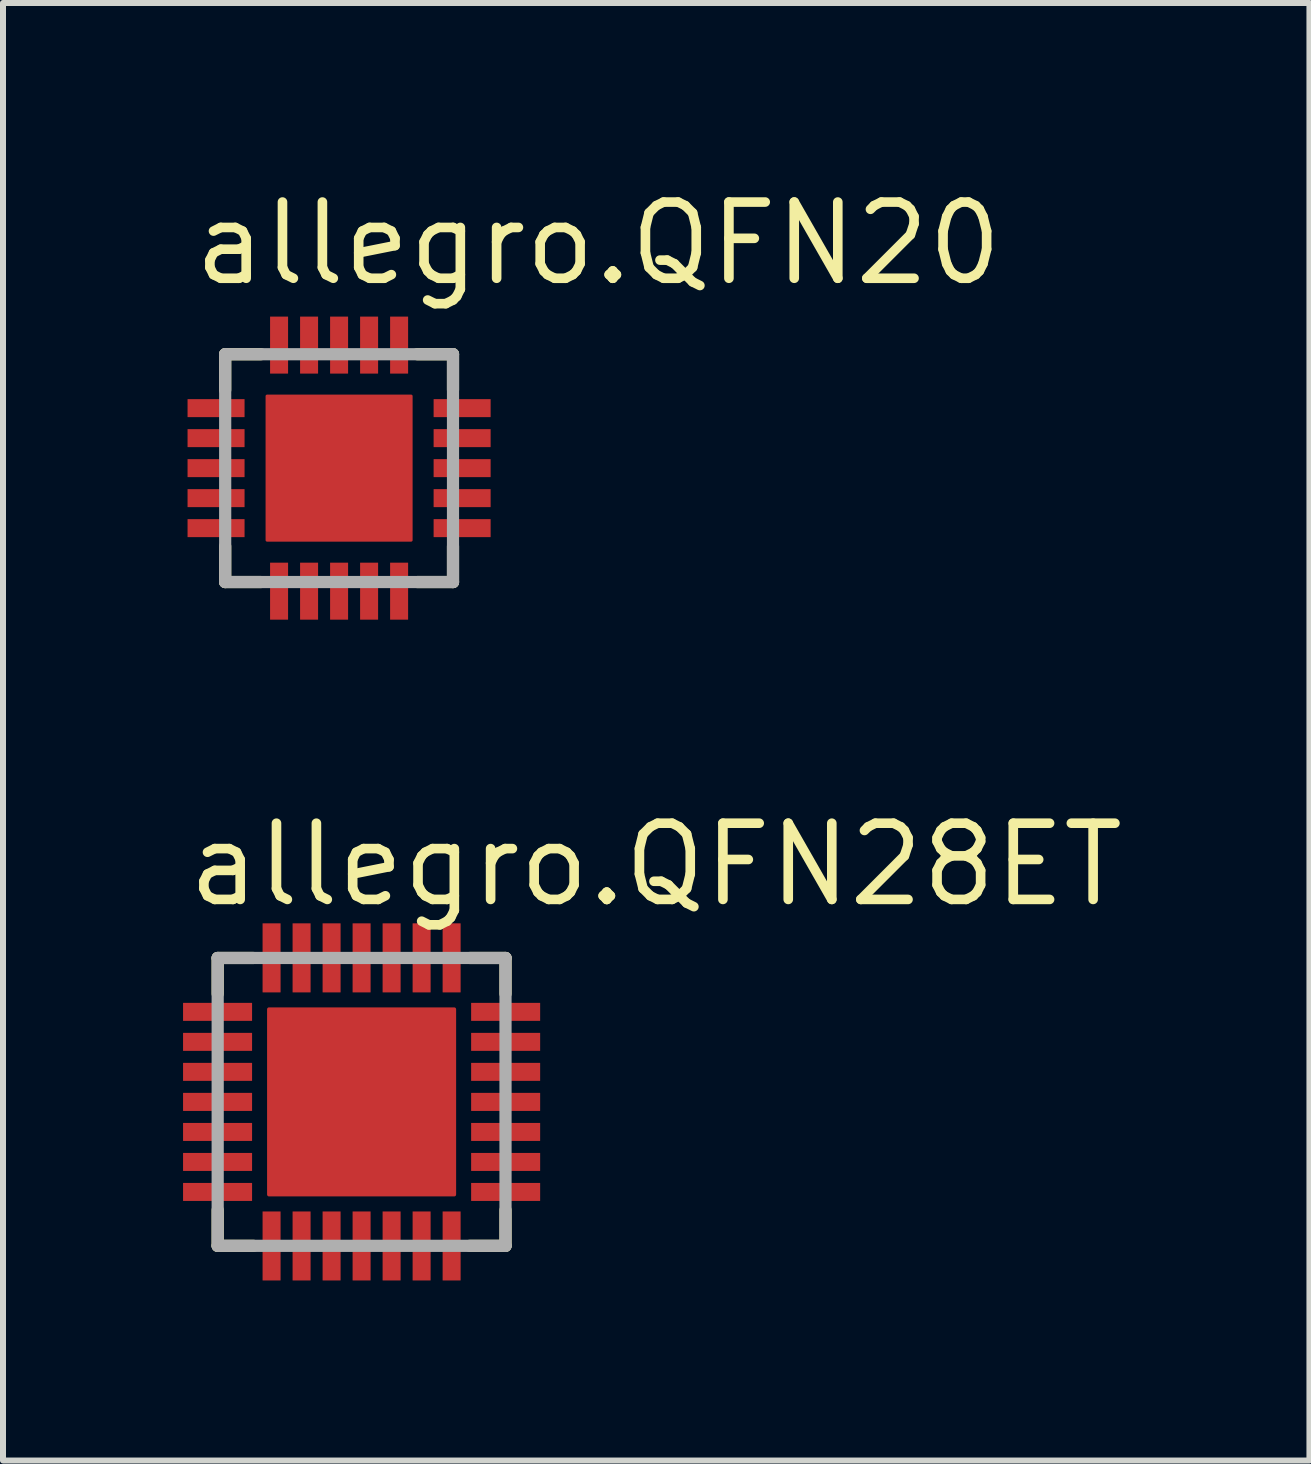
<source format=kicad_pcb>
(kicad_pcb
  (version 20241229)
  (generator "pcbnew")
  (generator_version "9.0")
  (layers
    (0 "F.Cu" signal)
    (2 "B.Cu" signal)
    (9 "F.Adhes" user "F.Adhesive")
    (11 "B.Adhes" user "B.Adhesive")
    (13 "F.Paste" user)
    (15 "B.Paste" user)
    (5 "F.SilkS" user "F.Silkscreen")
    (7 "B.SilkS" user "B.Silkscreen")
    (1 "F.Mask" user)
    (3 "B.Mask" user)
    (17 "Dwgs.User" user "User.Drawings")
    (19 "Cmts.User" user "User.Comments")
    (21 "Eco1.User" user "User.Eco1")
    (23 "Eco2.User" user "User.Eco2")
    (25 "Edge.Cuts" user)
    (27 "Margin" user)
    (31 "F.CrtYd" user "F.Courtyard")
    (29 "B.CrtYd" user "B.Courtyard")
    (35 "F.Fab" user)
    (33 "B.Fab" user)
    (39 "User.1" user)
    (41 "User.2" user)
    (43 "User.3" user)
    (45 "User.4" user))
  (footprint "allegro.QFN28ET"
    (layer "F.Cu")
    (at 2.975 15.31)
    (property "Reference" "allegro.QFN28ET" (at -2.975 -3.21 0) (layer "F.SilkS") (effects (font (size 1.27 1.27) (thickness 0.16)) (justify left bottom)))
    (attr smd)
    (fp_poly (pts (xy -1.5 -1.25) (xy -1.25 -1.5) (xy 1.5 -1.5) (xy 1.5 1.5) (xy -1.5 1.5)) (stroke (width 0.15) (type default)) (fill yes) (layer "F.Mask"))
    (fp_line (start -2.398 -2.398) (end -2.398 -1.802) (stroke (width 0.203) (type default)) (layer "F.SilkS"))
    (fp_line (start -2.398 1.802) (end -2.398 2.398) (stroke (width 0.203) (type default)) (layer "F.SilkS"))
    (fp_line (start -2.398 2.398) (end -1.802 2.398) (stroke (width 0.203) (type default)) (layer "F.SilkS"))
    (fp_line (start -1.802 -2.398) (end -2.398 -2.398) (stroke (width 0.203) (type default)) (layer "F.SilkS"))
    (fp_line (start 1.802 2.398) (end 2.398 2.398) (stroke (width 0.203) (type default)) (layer "F.SilkS"))
    (fp_line (start 2.398 -2.398) (end 1.802 -2.398) (stroke (width 0.203) (type default)) (layer "F.SilkS"))
    (fp_line (start 2.398 -1.802) (end 2.398 -2.398) (stroke (width 0.203) (type default)) (layer "F.SilkS"))
    (fp_line (start 2.398 2.398) (end 2.398 1.802) (stroke (width 0.203) (type default)) (layer "F.SilkS"))
    (fp_poly (pts (xy -1.4 -1.2) (xy -1.2 -1.4) (xy 1.4 -1.4) (xy 1.4 1.4) (xy -1.4 1.4)) (stroke (width 0.15) (type default)) (fill yes) (layer "F.Paste"))
    (fp_line (start -2.398 -2.398) (end -2.398 2.398) (stroke (width 0.203) (type default)) (layer "F.Fab"))
    (fp_line (start -2.398 2.398) (end 2.398 2.398) (stroke (width 0.203) (type default)) (layer "F.Fab"))
    (fp_line (start 2.398 -2.398) (end -2.398 -2.398) (stroke (width 0.203) (type default)) (layer "F.Fab"))
    (fp_line (start 2.398 2.398) (end 2.398 -2.398) (stroke (width 0.203) (type default)) (layer "F.Fab"))
    (pad "1" smd roundrect (at -2.4 -1.5) (size 1.15 0.3) (layers "F.Cu" "F.Mask" "F.Paste") (roundrect_rratio 0.01))
    (pad "2" smd roundrect (at -2.4 -1) (size 1.15 0.3) (layers "F.Cu" "F.Mask" "F.Paste") (roundrect_rratio 0.01))
    (pad "3" smd roundrect (at -2.4 -0.5) (size 1.15 0.3) (layers "F.Cu" "F.Mask" "F.Paste") (roundrect_rratio 0.01))
    (pad "4" smd roundrect (at -2.4 0) (size 1.15 0.3) (layers "F.Cu" "F.Mask" "F.Paste") (roundrect_rratio 0.01))
    (pad "5" smd roundrect (at -2.4 0.5) (size 1.15 0.3) (layers "F.Cu" "F.Mask" "F.Paste") (roundrect_rratio 0.01))
    (pad "6" smd roundrect (at -2.4 1) (size 1.15 0.3) (layers "F.Cu" "F.Mask" "F.Paste") (roundrect_rratio 0.01))
    (pad "7" smd roundrect (at -2.4 1.5) (size 1.15 0.3) (layers "F.Cu" "F.Mask" "F.Paste") (roundrect_rratio 0.01))
    (pad "8" smd roundrect (at -1.5 2.4) (size 0.3 1.15) (layers "F.Cu" "F.Mask" "F.Paste") (roundrect_rratio 0.01))
    (pad "9" smd roundrect (at -1 2.4) (size 0.3 1.15) (layers "F.Cu" "F.Mask" "F.Paste") (roundrect_rratio 0.01))
    (pad "10" smd roundrect (at -0.5 2.4) (size 0.3 1.15) (layers "F.Cu" "F.Mask" "F.Paste") (roundrect_rratio 0.01))
    (pad "11" smd roundrect (at 0 2.4) (size 0.3 1.15) (layers "F.Cu" "F.Mask" "F.Paste") (roundrect_rratio 0.01))
    (pad "12" smd roundrect (at 0.5 2.4) (size 0.3 1.15) (layers "F.Cu" "F.Mask" "F.Paste") (roundrect_rratio 0.01))
    (pad "13" smd roundrect (at 1 2.4) (size 0.3 1.15) (layers "F.Cu" "F.Mask" "F.Paste") (roundrect_rratio 0.01))
    (pad "14" smd roundrect (at 1.5 2.4) (size 0.3 1.15) (layers "F.Cu" "F.Mask" "F.Paste") (roundrect_rratio 0.01))
    (pad "15" smd roundrect (at 2.4 1.5) (size 1.15 0.3) (layers "F.Cu" "F.Mask" "F.Paste") (roundrect_rratio 0.01))
    (pad "16" smd roundrect (at 2.4 1) (size 1.15 0.3) (layers "F.Cu" "F.Mask" "F.Paste") (roundrect_rratio 0.01))
    (pad "17" smd roundrect (at 2.4 0.5) (size 1.15 0.3) (layers "F.Cu" "F.Mask" "F.Paste") (roundrect_rratio 0.01))
    (pad "18" smd roundrect (at 2.4 0) (size 1.15 0.3) (layers "F.Cu" "F.Mask" "F.Paste") (roundrect_rratio 0.01))
    (pad "19" smd roundrect (at 2.4 -0.5) (size 1.15 0.3) (layers "F.Cu" "F.Mask" "F.Paste") (roundrect_rratio 0.01))
    (pad "20" smd roundrect (at 2.4 -1) (size 1.15 0.3) (layers "F.Cu" "F.Mask" "F.Paste") (roundrect_rratio 0.01))
    (pad "21" smd roundrect (at 2.4 -1.5) (size 1.15 0.3) (layers "F.Cu" "F.Mask" "F.Paste") (roundrect_rratio 0.01))
    (pad "22" smd roundrect (at 1.5 -2.4) (size 0.3 1.15) (layers "F.Cu" "F.Mask" "F.Paste") (roundrect_rratio 0.01))
    (pad "23" smd roundrect (at 1 -2.4) (size 0.3 1.15) (layers "F.Cu" "F.Mask" "F.Paste") (roundrect_rratio 0.01))
    (pad "24" smd roundrect (at 0.5 -2.4) (size 0.3 1.15) (layers "F.Cu" "F.Mask" "F.Paste") (roundrect_rratio 0.01))
    (pad "25" smd roundrect (at 0 -2.4) (size 0.3 1.15) (layers "F.Cu" "F.Mask" "F.Paste") (roundrect_rratio 0.01))
    (pad "26" smd roundrect (at -0.5 -2.4) (size 0.3 1.15) (layers "F.Cu" "F.Mask" "F.Paste") (roundrect_rratio 0.01))
    (pad "27" smd roundrect (at -1 -2.4) (size 0.3 1.15) (layers "F.Cu" "F.Mask" "F.Paste") (roundrect_rratio 0.01))
    (pad "28" smd roundrect (at -1.5 -2.4) (size 0.3 1.15) (layers "F.Cu" "F.Mask" "F.Paste") (roundrect_rratio 0.01))
    (pad "EXP" smd roundrect (at 0 0) (size 3.15 3.15) (layers "F.Cu" "F.Mask" "F.Paste") (roundrect_rratio 0.01)))
  (footprint "allegro.QFN20"
    (layer "F.Cu")
    (at 2.6 4.75)
    (property "Reference" "allegro.QFN20" (at -2.5 -3 0) (layer "F.SilkS") (effects (font (size 1.27 1.27) (thickness 0.16)) (justify left bottom)))
    (attr smd)
    (fp_rect (start -2.575 -0.825) (end -1.525 -1.175) (stroke (width 0.05) (type default)) (fill yes) (layer "F.Mask"))
    (fp_rect (start -2.575 -0.325) (end -1.525 -0.675) (stroke (width 0.05) (type default)) (fill yes) (layer "F.Mask"))
    (fp_rect (start -2.575 0.175) (end -1.525 -0.175) (stroke (width 0.05) (type default)) (fill yes) (layer "F.Mask"))
    (fp_rect (start -2.575 0.675) (end -1.525 0.325) (stroke (width 0.05) (type default)) (fill yes) (layer "F.Mask"))
    (fp_rect (start -2.575 1.175) (end -1.525 0.825) (stroke (width 0.05) (type default)) (fill yes) (layer "F.Mask"))
    (fp_rect (start -1.175 -1.525) (end -0.825 -2.575) (stroke (width 0.05) (type default)) (fill yes) (layer "F.Mask"))
    (fp_rect (start -1.175 2.575) (end -0.825 1.525) (stroke (width 0.05) (type default)) (fill yes) (layer "F.Mask"))
    (fp_rect (start -0.675 -1.525) (end -0.325 -2.575) (stroke (width 0.05) (type default)) (fill yes) (layer "F.Mask"))
    (fp_rect (start -0.675 2.575) (end -0.325 1.525) (stroke (width 0.05) (type default)) (fill yes) (layer "F.Mask"))
    (fp_rect (start -0.175 -1.525) (end 0.175 -2.575) (stroke (width 0.05) (type default)) (fill yes) (layer "F.Mask"))
    (fp_rect (start -0.175 2.575) (end 0.175 1.525) (stroke (width 0.05) (type default)) (fill yes) (layer "F.Mask"))
    (fp_rect (start 0.325 -1.525) (end 0.675 -2.575) (stroke (width 0.05) (type default)) (fill yes) (layer "F.Mask"))
    (fp_rect (start 0.325 2.575) (end 0.675 1.525) (stroke (width 0.05) (type default)) (fill yes) (layer "F.Mask"))
    (fp_rect (start 0.825 -1.525) (end 1.175 -2.575) (stroke (width 0.05) (type default)) (fill yes) (layer "F.Mask"))
    (fp_rect (start 0.825 2.575) (end 1.175 1.525) (stroke (width 0.05) (type default)) (fill yes) (layer "F.Mask"))
    (fp_rect (start 1.525 -0.825) (end 2.575 -1.175) (stroke (width 0.05) (type default)) (fill yes) (layer "F.Mask"))
    (fp_rect (start 1.525 -0.325) (end 2.575 -0.675) (stroke (width 0.05) (type default)) (fill yes) (layer "F.Mask"))
    (fp_rect (start 1.525 0.175) (end 2.575 -0.175) (stroke (width 0.05) (type default)) (fill yes) (layer "F.Mask"))
    (fp_rect (start 1.525 0.675) (end 2.575 0.325) (stroke (width 0.05) (type default)) (fill yes) (layer "F.Mask"))
    (fp_rect (start 1.525 1.175) (end 2.575 0.825) (stroke (width 0.05) (type default)) (fill yes) (layer "F.Mask"))
    (fp_poly (pts (xy -1.2 -0.95) (xy -0.95 -1.2) (xy 1.2 -1.2) (xy 1.2 1.2) (xy -1.2 1.2)) (stroke (width 0.15) (type default)) (fill yes) (layer "F.Mask"))
    (fp_line (start -1.898 -1.898) (end -1.898 -1.302) (stroke (width 0.203) (type default)) (layer "F.SilkS"))
    (fp_line (start -1.898 1.302) (end -1.898 1.898) (stroke (width 0.203) (type default)) (layer "F.SilkS"))
    (fp_line (start -1.898 1.898) (end -1.302 1.898) (stroke (width 0.203) (type default)) (layer "F.SilkS"))
    (fp_line (start -1.302 -1.898) (end -1.898 -1.898) (stroke (width 0.203) (type default)) (layer "F.SilkS"))
    (fp_line (start 1.302 1.898) (end 1.898 1.898) (stroke (width 0.203) (type default)) (layer "F.SilkS"))
    (fp_line (start 1.898 -1.898) (end 1.302 -1.898) (stroke (width 0.203) (type default)) (layer "F.SilkS"))
    (fp_line (start 1.898 -1.302) (end 1.898 -1.898) (stroke (width 0.203) (type default)) (layer "F.SilkS"))
    (fp_line (start 1.898 1.898) (end 1.898 1.302) (stroke (width 0.203) (type default)) (layer "F.SilkS"))
    (fp_rect (start -2.5 -0.875) (end -1.6 -1.125) (stroke (width 0.05) (type default)) (fill yes) (layer "F.Paste"))
    (fp_rect (start -2.5 -0.375) (end -1.6 -0.625) (stroke (width 0.05) (type default)) (fill yes) (layer "F.Paste"))
    (fp_rect (start -2.5 0.125) (end -1.6 -0.125) (stroke (width 0.05) (type default)) (fill yes) (layer "F.Paste"))
    (fp_rect (start -2.5 0.625) (end -1.6 0.375) (stroke (width 0.05) (type default)) (fill yes) (layer "F.Paste"))
    (fp_rect (start -2.5 1.125) (end -1.6 0.875) (stroke (width 0.05) (type default)) (fill yes) (layer "F.Paste"))
    (fp_rect (start -1.125 -1.6) (end -0.875 -2.5) (stroke (width 0.05) (type default)) (fill yes) (layer "F.Paste"))
    (fp_rect (start -1.125 2.5) (end -0.875 1.6) (stroke (width 0.05) (type default)) (fill yes) (layer "F.Paste"))
    (fp_rect (start -0.625 -1.6) (end -0.375 -2.5) (stroke (width 0.05) (type default)) (fill yes) (layer "F.Paste"))
    (fp_rect (start -0.625 2.5) (end -0.375 1.6) (stroke (width 0.05) (type default)) (fill yes) (layer "F.Paste"))
    (fp_rect (start -0.125 -1.6) (end 0.125 -2.5) (stroke (width 0.05) (type default)) (fill yes) (layer "F.Paste"))
    (fp_rect (start -0.125 2.5) (end 0.125 1.6) (stroke (width 0.05) (type default)) (fill yes) (layer "F.Paste"))
    (fp_rect (start 0.375 -1.6) (end 0.625 -2.5) (stroke (width 0.05) (type default)) (fill yes) (layer "F.Paste"))
    (fp_rect (start 0.375 2.5) (end 0.625 1.6) (stroke (width 0.05) (type default)) (fill yes) (layer "F.Paste"))
    (fp_rect (start 0.875 -1.6) (end 1.125 -2.5) (stroke (width 0.05) (type default)) (fill yes) (layer "F.Paste"))
    (fp_rect (start 0.875 2.5) (end 1.125 1.6) (stroke (width 0.05) (type default)) (fill yes) (layer "F.Paste"))
    (fp_rect (start 1.6 -0.875) (end 2.5 -1.125) (stroke (width 0.05) (type default)) (fill yes) (layer "F.Paste"))
    (fp_rect (start 1.6 -0.375) (end 2.5 -0.625) (stroke (width 0.05) (type default)) (fill yes) (layer "F.Paste"))
    (fp_rect (start 1.6 0.125) (end 2.5 -0.125) (stroke (width 0.05) (type default)) (fill yes) (layer "F.Paste"))
    (fp_rect (start 1.6 0.625) (end 2.5 0.375) (stroke (width 0.05) (type default)) (fill yes) (layer "F.Paste"))
    (fp_rect (start 1.6 1.125) (end 2.5 0.875) (stroke (width 0.05) (type default)) (fill yes) (layer "F.Paste"))
    (fp_poly (pts (xy -1.075 -0.875) (xy -0.875 -1.075) (xy 1.075 -1.075) (xy 1.075 1.075) (xy -1.075 1.075)) (stroke (width 0.15) (type default)) (fill yes) (layer "F.Paste"))
    (fp_line (start -1.898 -1.898) (end -1.898 1.898) (stroke (width 0.203) (type default)) (layer "F.Fab"))
    (fp_line (start -1.898 1.898) (end 1.898 1.898) (stroke (width 0.203) (type default)) (layer "F.Fab"))
    (fp_line (start 1.898 -1.898) (end -1.898 -1.898) (stroke (width 0.203) (type default)) (layer "F.Fab"))
    (fp_line (start 1.898 1.898) (end 1.898 -1.898) (stroke (width 0.203) (type default)) (layer "F.Fab"))
    (pad "1" smd roundrect (at -2.05 -1) (size 0.95 0.3) (layers "F.Cu" "F.Mask" "F.Paste") (roundrect_rratio 0.01))
    (pad "2" smd roundrect (at -2.05 -0.5) (size 0.95 0.3) (layers "F.Cu" "F.Mask" "F.Paste") (roundrect_rratio 0.01))
    (pad "3" smd roundrect (at -2.05 0) (size 0.95 0.3) (layers "F.Cu" "F.Mask" "F.Paste") (roundrect_rratio 0.01))
    (pad "4" smd roundrect (at -2.05 0.5) (size 0.95 0.3) (layers "F.Cu" "F.Mask" "F.Paste") (roundrect_rratio 0.01))
    (pad "5" smd roundrect (at -2.05 1) (size 0.95 0.3) (layers "F.Cu" "F.Mask" "F.Paste") (roundrect_rratio 0.01))
    (pad "6" smd roundrect (at -1 2.05 90) (size 0.95 0.3) (layers "F.Cu" "F.Mask" "F.Paste") (roundrect_rratio 0.01))
    (pad "7" smd roundrect (at -0.5 2.05 90) (size 0.95 0.3) (layers "F.Cu" "F.Mask" "F.Paste") (roundrect_rratio 0.01))
    (pad "8" smd roundrect (at 0 2.05 90) (size 0.95 0.3) (layers "F.Cu" "F.Mask" "F.Paste") (roundrect_rratio 0.01))
    (pad "9" smd roundrect (at 0.5 2.05 90) (size 0.95 0.3) (layers "F.Cu" "F.Mask" "F.Paste") (roundrect_rratio 0.01))
    (pad "10" smd roundrect (at 1 2.05 90) (size 0.95 0.3) (layers "F.Cu" "F.Mask" "F.Paste") (roundrect_rratio 0.01))
    (pad "11" smd roundrect (at 2.05 1 180) (size 0.95 0.3) (layers "F.Cu" "F.Mask" "F.Paste") (roundrect_rratio 0.01))
    (pad "12" smd roundrect (at 2.05 0.5 180) (size 0.95 0.3) (layers "F.Cu" "F.Mask" "F.Paste") (roundrect_rratio 0.01))
    (pad "13" smd roundrect (at 2.05 0 180) (size 0.95 0.3) (layers "F.Cu" "F.Mask" "F.Paste") (roundrect_rratio 0.01))
    (pad "14" smd roundrect (at 2.05 -0.5 180) (size 0.95 0.3) (layers "F.Cu" "F.Mask" "F.Paste") (roundrect_rratio 0.01))
    (pad "15" smd roundrect (at 2.05 -1 180) (size 0.95 0.3) (layers "F.Cu" "F.Mask" "F.Paste") (roundrect_rratio 0.01))
    (pad "16" smd roundrect (at 1 -2.05 270) (size 0.95 0.3) (layers "F.Cu" "F.Mask" "F.Paste") (roundrect_rratio 0.01))
    (pad "17" smd roundrect (at 0.5 -2.05 270) (size 0.95 0.3) (layers "F.Cu" "F.Mask" "F.Paste") (roundrect_rratio 0.01))
    (pad "18" smd roundrect (at 0 -2.05 270) (size 0.95 0.3) (layers "F.Cu" "F.Mask" "F.Paste") (roundrect_rratio 0.01))
    (pad "19" smd roundrect (at -0.5 -2.05 270) (size 0.95 0.3) (layers "F.Cu" "F.Mask" "F.Paste") (roundrect_rratio 0.01))
    (pad "20" smd roundrect (at -1 -2.05 270) (size 0.95 0.3) (layers "F.Cu" "F.Mask" "F.Paste") (roundrect_rratio 0.01))
    (pad "EXP" smd roundrect (at 0 0) (size 2.45 2.45) (layers "F.Cu" "F.Mask" "F.Paste") (roundrect_rratio 0.01)))
  (gr_rect
    (start -3 -3)
    (end 18.768 21.285)
    (stroke (width 0.1) (type default))
    (fill no)
    (layer "Edge.Cuts")))
</source>
